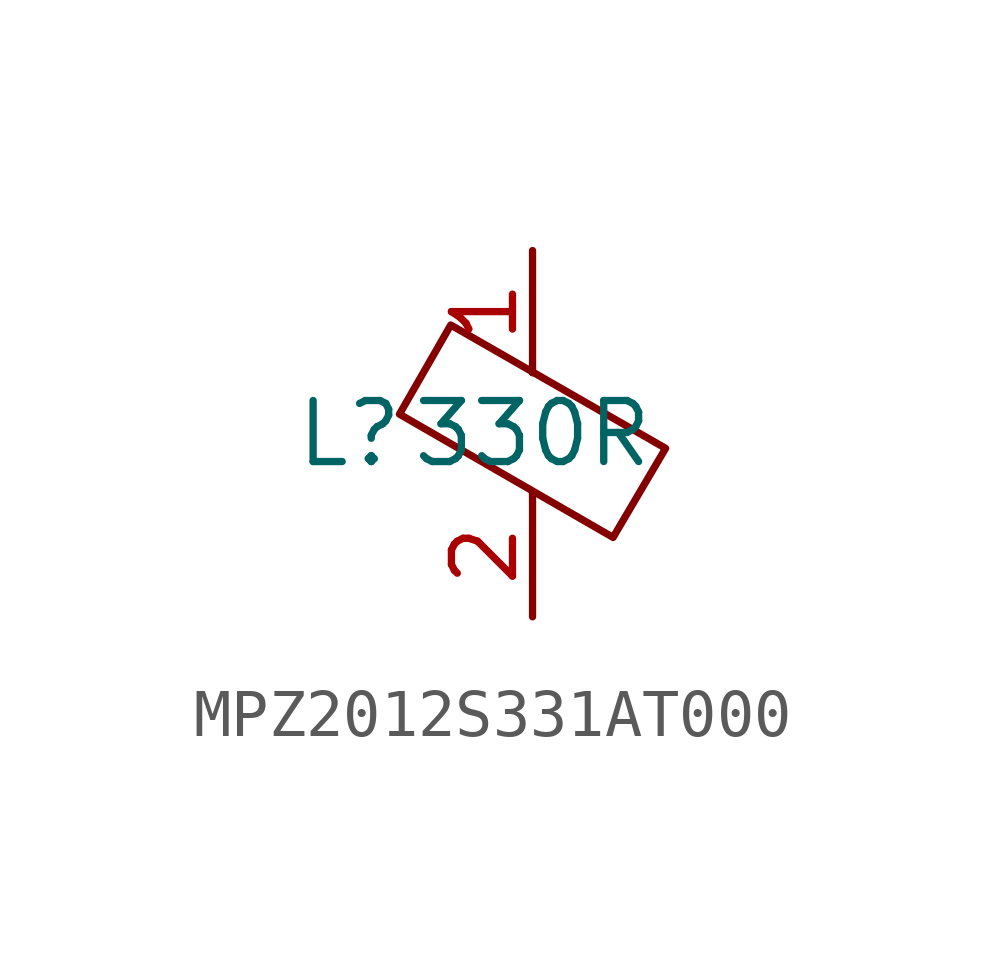
<source format=kicad_sym>
(kicad_symbol_lib
  (version 20241209)
  (generator "kicad_symbol_editor")
  (generator_version "9.0")
  (symbol "MPZ2012S331AT000"
    (property "Reference" "L"
      (at -3.81 0 0)
      (effects (font (size 1.27 1.27))))
    (property "Value" "330R"
      (at 0 0 0)
      (effects (font (size 1.27 1.27))))
    (symbol "MPZ2012S331AT000_0_1"
      (polyline (pts (xy -2.769 0.406) (xy -1.702 2.261) (xy 2.769 -0.305) (xy 1.676 -2.159) (xy -2.769 0.406)) (stroke (width 0) (type default)) (fill (type none)))
      (polyline (pts (xy 0 1.27) (xy 0 1.295)) (stroke (width 0) (type default)) (fill (type none)))
      (polyline (pts (xy 0 -1.27) (xy 0 -1.219)) (stroke (width 0) (type default)) (fill (type none))))
    (symbol "MPZ2012S331AT000_1_1"
      (pin passive line (at 0 3.81 270) (length 2.54) (name "~" (effects (font (size 1.27 1.27)))) (number "1" (effects (font (size 1.27 1.27)))))
      (pin passive line (at 0 -3.81 90) (length 2.54) (name "~" (effects (font (size 1.27 1.27)))) (number "2" (effects (font (size 1.27 1.27))))))))
</source>
